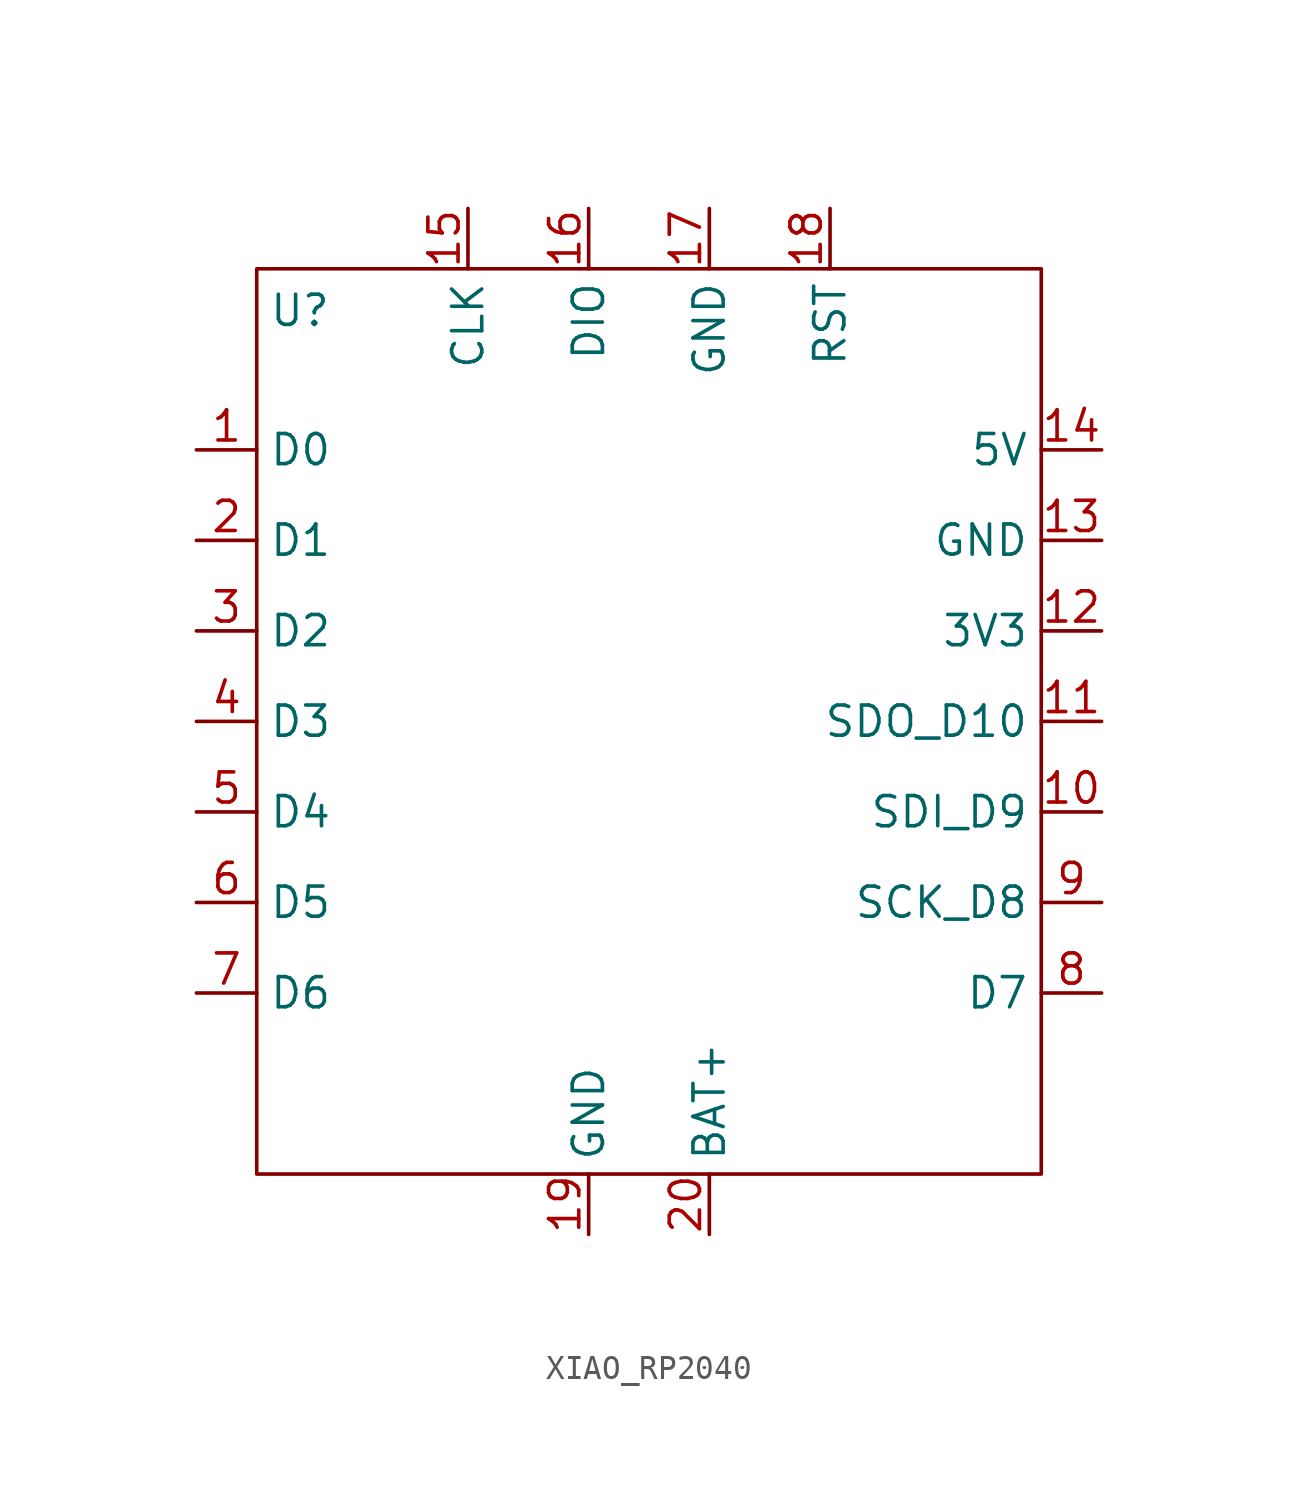
<source format=kicad_sym>
(kicad_symbol_lib
  (version 20231120)
  (generator "kicad_symbol_editor")
  (generator_version "8.0")
  (symbol "XIAO_RP2040"
    (property "Reference" "U"
      (at -16.002 18.034 0)
      (effects (font (size 1.27 1.27)) (justify left top)))
    (property "Value" ""
      (at 0 -5.08 0)
      (effects (font (size 1.27 1.27))))
    (symbol "XIAO_RP2040_0_1"
      (rectangle (start -16.51 19.05) (end 16.51 -19.05) (stroke (width 0) (type default)) (fill (type none))))
    (symbol "XIAO_RP2040_1_1"
      (pin passive line (at -19.05 11.43 0) (length 2.54) (name "D0" (effects (font (size 1.27 1.27)))) (number "1" (effects (font (size 1.27 1.27)))))
      (pin passive line (at 19.05 -3.81 180) (length 2.54) (name "SDI_D9" (effects (font (size 1.27 1.27)))) (number "10" (effects (font (size 1.27 1.27)))))
      (pin passive line (at 19.05 0 180) (length 2.54) (name "SDO_D10" (effects (font (size 1.27 1.27)))) (number "11" (effects (font (size 1.27 1.27)))))
      (pin power_out line (at 19.05 3.81 180) (length 2.54) (name "3V3" (effects (font (size 1.27 1.27)))) (number "12" (effects (font (size 1.27 1.27)))))
      (pin power_in line (at 19.05 7.62 180) (length 2.54) (name "GND" (effects (font (size 1.27 1.27)))) (number "13" (effects (font (size 1.27 1.27)))))
      (pin power_out line (at 19.05 11.43 180) (length 2.54) (name "5V" (effects (font (size 1.27 1.27)))) (number "14" (effects (font (size 1.27 1.27)))))
      (pin passive line (at -7.62 21.59 270) (length 2.54) (name "CLK" (effects (font (size 1.27 1.27)))) (number "15" (effects (font (size 1.27 1.27)))))
      (pin passive line (at -2.54 21.59 270) (length 2.54) (name "DIO" (effects (font (size 1.27 1.27)))) (number "16" (effects (font (size 1.27 1.27)))))
      (pin power_in line (at 2.54 21.59 270) (length 2.54) (name "GND" (effects (font (size 1.27 1.27)))) (number "17" (effects (font (size 1.27 1.27)))))
      (pin passive line (at 7.62 21.59 270) (length 2.54) (name "RST" (effects (font (size 1.27 1.27)))) (number "18" (effects (font (size 1.27 1.27)))))
      (pin power_in line (at -2.54 -21.59 90) (length 2.54) (name "GND" (effects (font (size 1.27 1.27)))) (number "19" (effects (font (size 1.27 1.27)))))
      (pin passive line (at -19.05 7.62 0) (length 2.54) (name "D1" (effects (font (size 1.27 1.27)))) (number "2" (effects (font (size 1.27 1.27)))))
      (pin power_in line (at 2.54 -21.59 90) (length 2.54) (name "BAT+" (effects (font (size 1.27 1.27)))) (number "20" (effects (font (size 1.27 1.27)))))
      (pin passive line (at -19.05 3.81 0) (length 2.54) (name "D2" (effects (font (size 1.27 1.27)))) (number "3" (effects (font (size 1.27 1.27)))))
      (pin passive line (at -19.05 0 0) (length 2.54) (name "D3" (effects (font (size 1.27 1.27)))) (number "4" (effects (font (size 1.27 1.27)))))
      (pin passive line (at -19.05 -3.81 0) (length 2.54) (name "D4" (effects (font (size 1.27 1.27)))) (number "5" (effects (font (size 1.27 1.27)))))
      (pin passive line (at -19.05 -7.62 0) (length 2.54) (name "D5" (effects (font (size 1.27 1.27)))) (number "6" (effects (font (size 1.27 1.27)))))
      (pin passive line (at -19.05 -11.43 0) (length 2.54) (name "D6" (effects (font (size 1.27 1.27)))) (number "7" (effects (font (size 1.27 1.27)))))
      (pin passive line (at 19.05 -11.43 180) (length 2.54) (name "D7" (effects (font (size 1.27 1.27)))) (number "8" (effects (font (size 1.27 1.27)))))
      (pin passive line (at 19.05 -7.62 180) (length 2.54) (name "SCK_D8" (effects (font (size 1.27 1.27)))) (number "9" (effects (font (size 1.27 1.27))))))))
</source>
